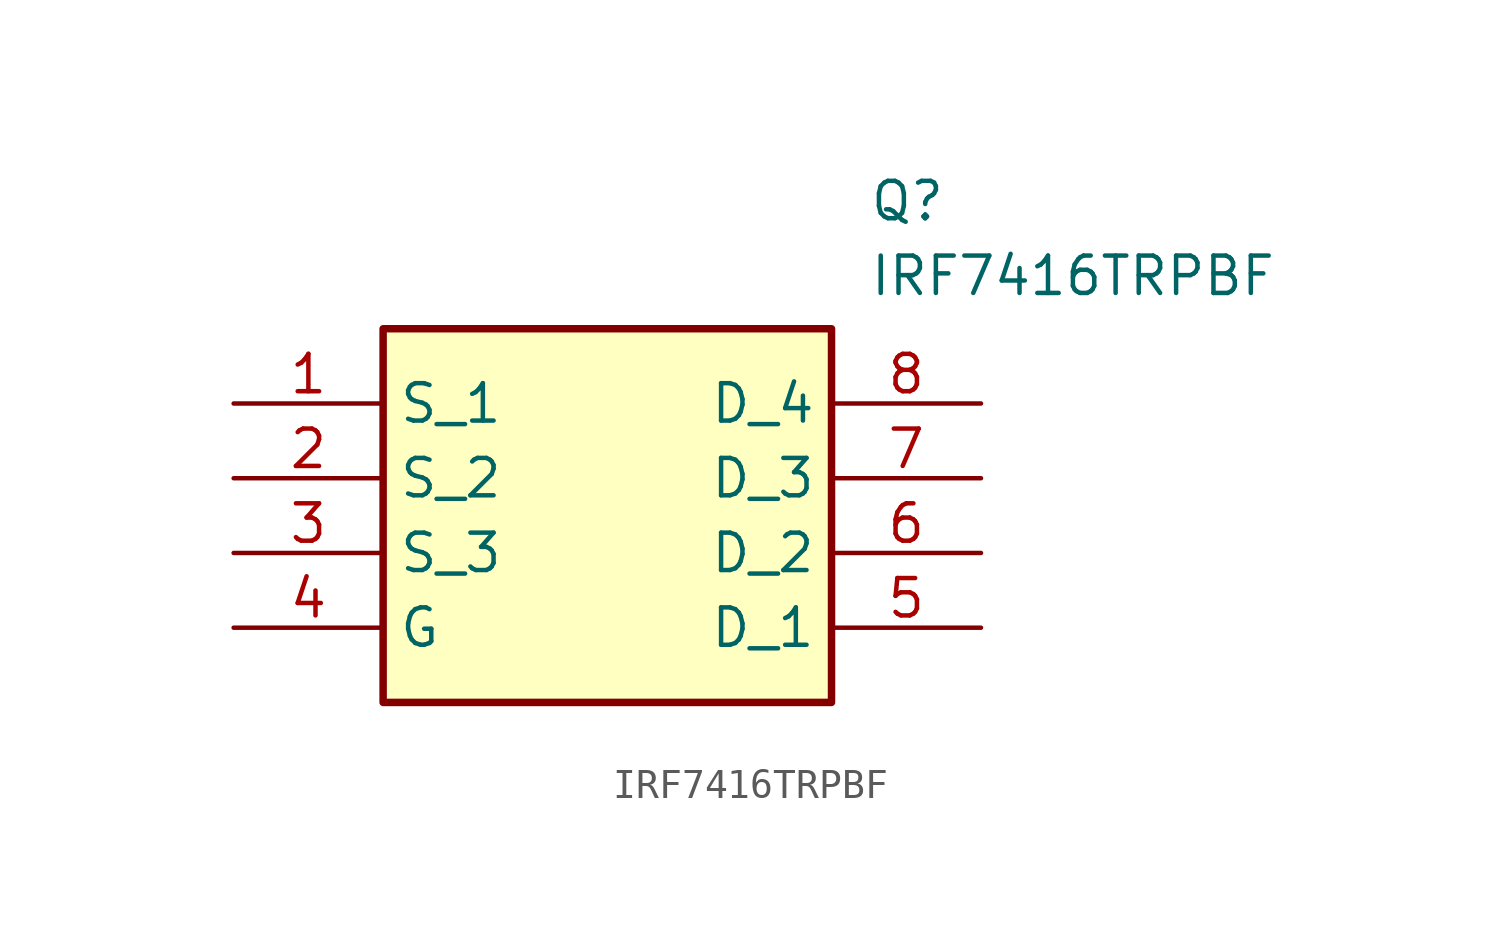
<source format=kicad_sym>
(kicad_symbol_lib
  (version 20211014)
  (generator SamacSys_ECAD_Model)
  (symbol "IRF7416TRPBF"
    (property "Reference" "Q"
      (at 21.59 7.62 0)
      (effects (font (size 1.27 1.27)) (justify left top)))
    (property "Value" "IRF7416TRPBF"
      (at 21.59 5.08 0)
      (effects (font (size 1.27 1.27)) (justify left top)))
    (rectangle
      (start 5.08 2.54)
      (end 20.32 -10.16)
      (stroke (width 0.254) (type default))
      (fill (type background)))
    (pin passive line
      (at 0 0 0)
      (length 5.08)
      (name "S_1" (effects (font (size 1.27 1.27))))
      (number "1" (effects (font (size 1.27 1.27)))))
    (pin passive line
      (at 0 -2.54 0)
      (length 5.08)
      (name "S_2" (effects (font (size 1.27 1.27))))
      (number "2" (effects (font (size 1.27 1.27)))))
    (pin passive line
      (at 0 -5.08 0)
      (length 5.08)
      (name "S_3" (effects (font (size 1.27 1.27))))
      (number "3" (effects (font (size 1.27 1.27)))))
    (pin passive line
      (at 0 -7.62 0)
      (length 5.08)
      (name "G" (effects (font (size 1.27 1.27))))
      (number "4" (effects (font (size 1.27 1.27)))))
    (pin passive line
      (at 25.4 0 180)
      (length 5.08)
      (name "D_4" (effects (font (size 1.27 1.27))))
      (number "8" (effects (font (size 1.27 1.27)))))
    (pin passive line
      (at 25.4 -2.54 180)
      (length 5.08)
      (name "D_3" (effects (font (size 1.27 1.27))))
      (number "7" (effects (font (size 1.27 1.27)))))
    (pin passive line
      (at 25.4 -5.08 180)
      (length 5.08)
      (name "D_2" (effects (font (size 1.27 1.27))))
      (number "6" (effects (font (size 1.27 1.27)))))
    (pin passive line
      (at 25.4 -7.62 180)
      (length 5.08)
      (name "D_1" (effects (font (size 1.27 1.27))))
      (number "5" (effects (font (size 1.27 1.27)))))))
</source>
